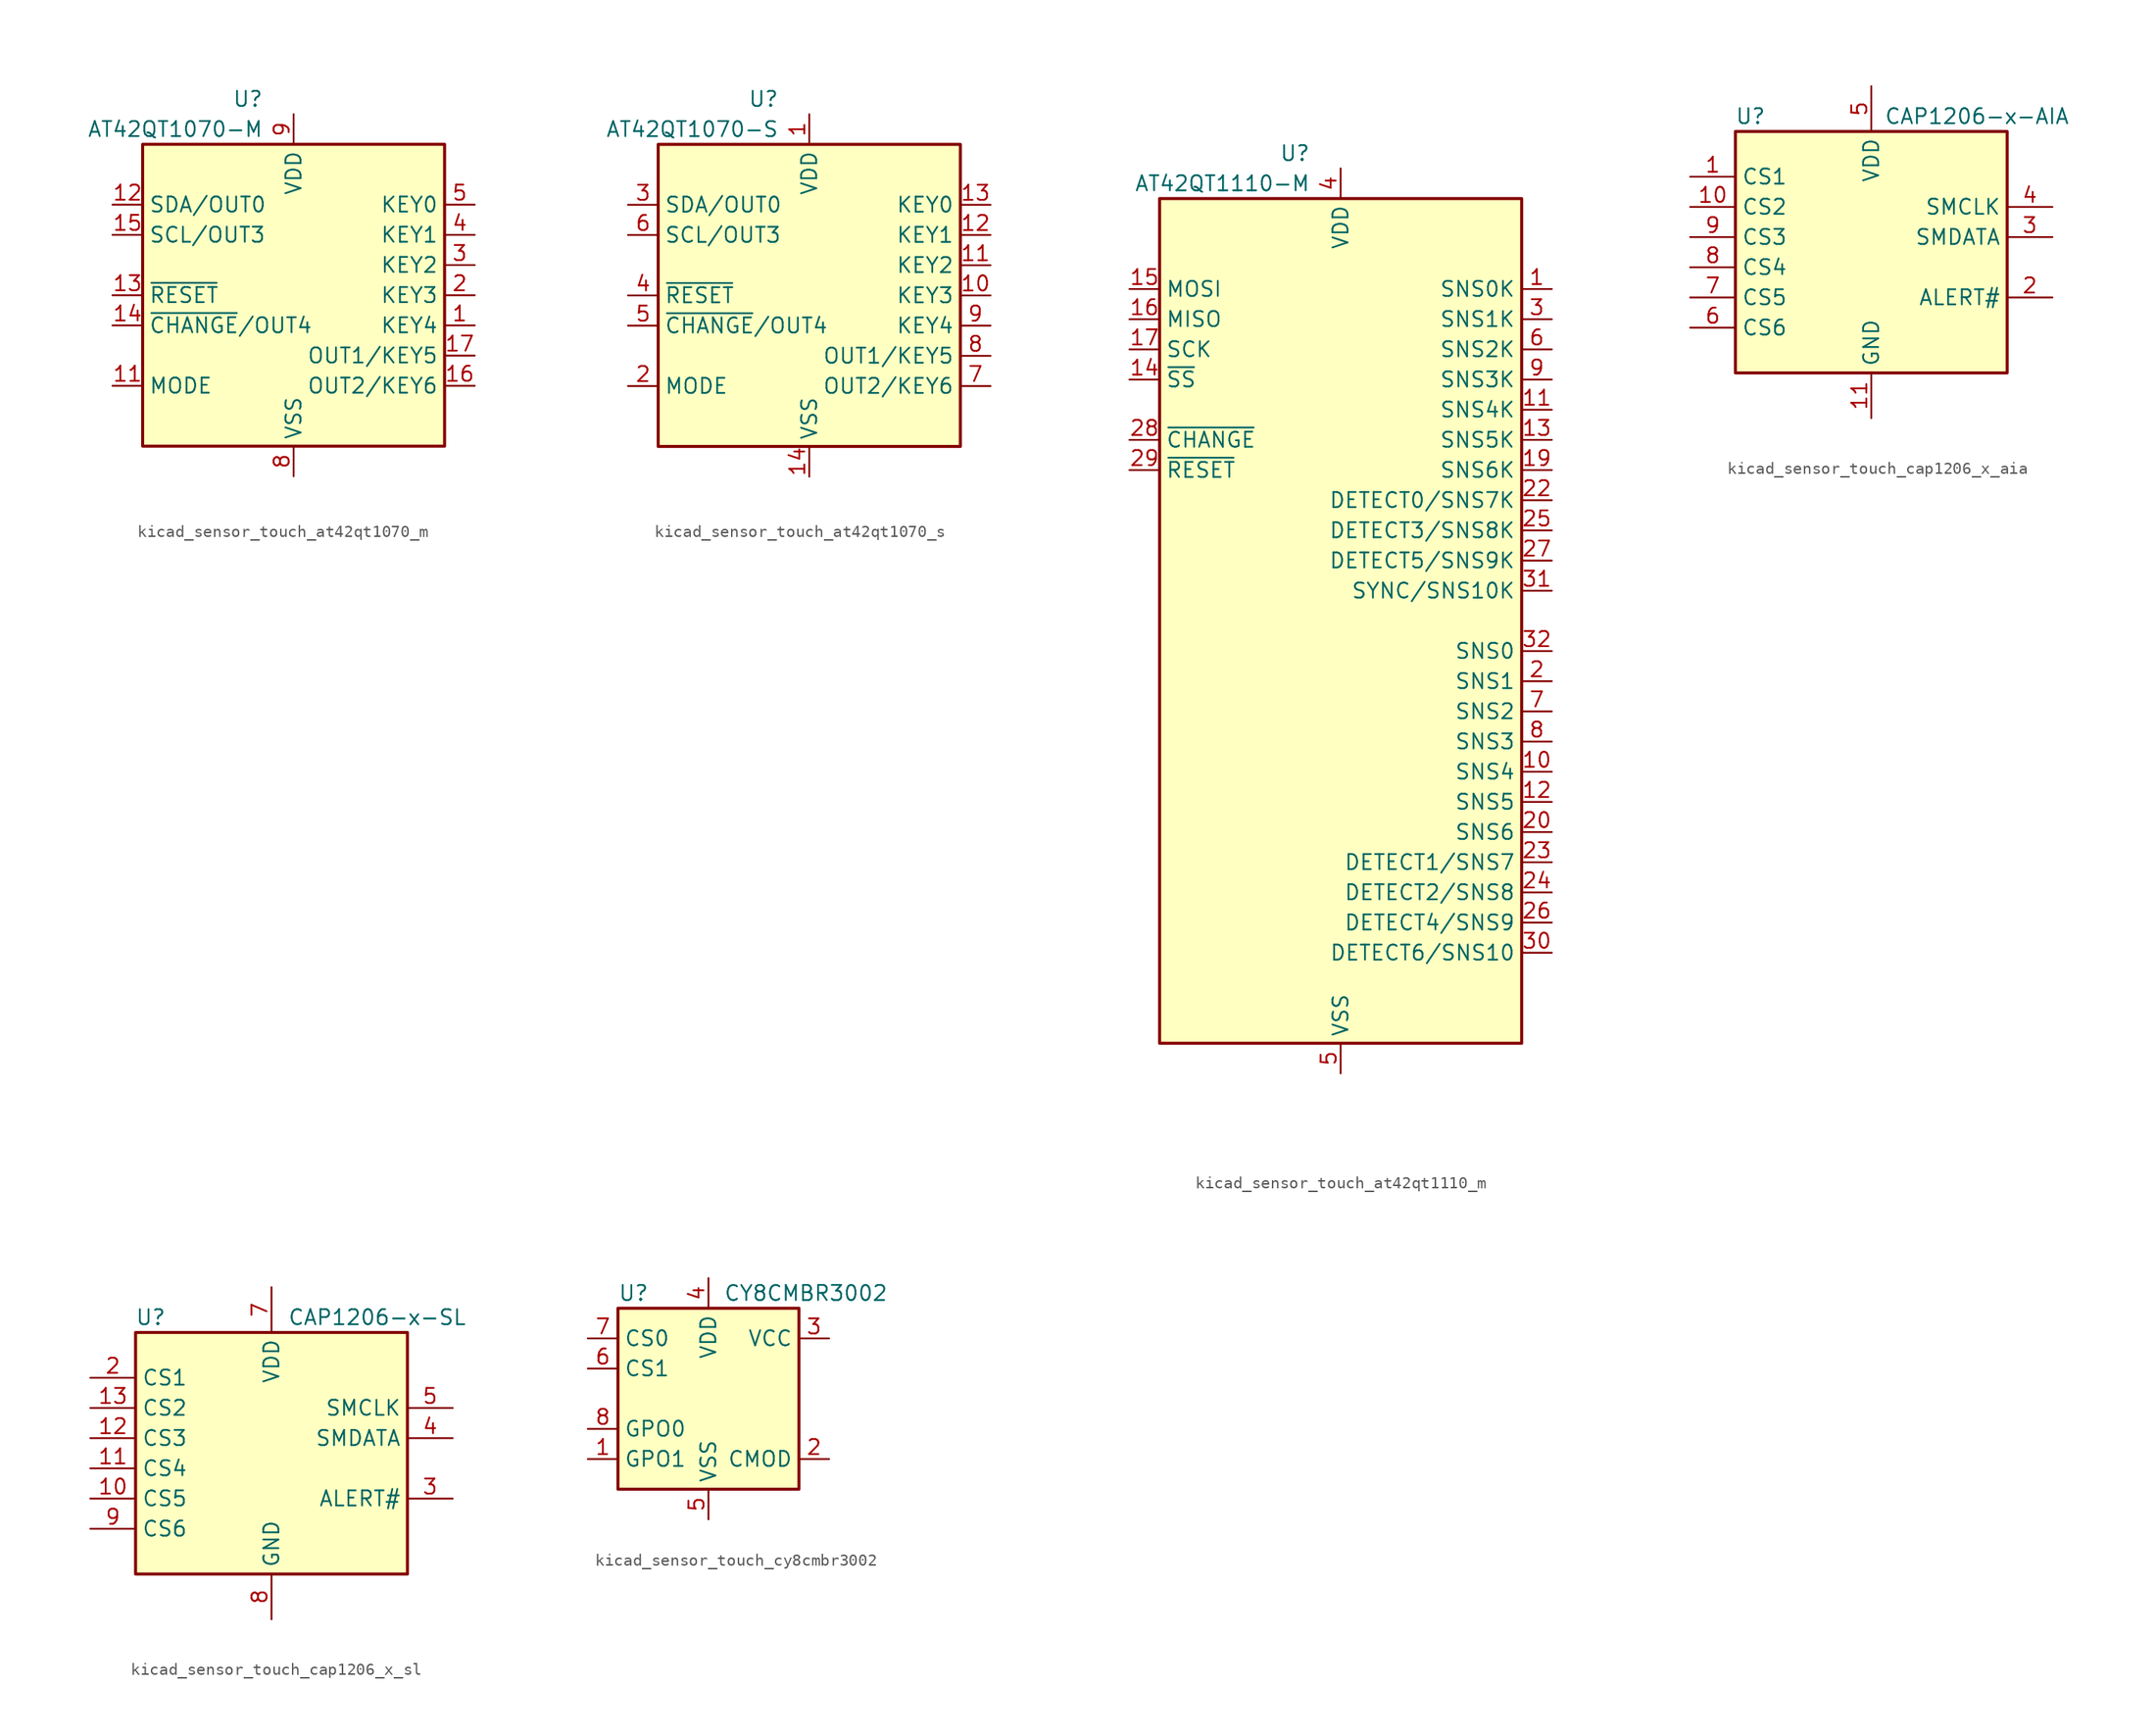
<source format=kicad_sym>
(kicad_symbol_lib
  (version 20220914)
  (generator kicad_symbol_editor)
  (symbol "kicad_sensor_touch_at42qt1070_m"
    (property "Reference" "U"
      (at -2.54 16.51 0)
      (effects (font (size 1.27 1.27)) (justify right)))
    (property "Value" "AT42QT1070-M"
      (at -2.54 13.97 0)
      (effects (font (size 1.27 1.27)) (justify right)))
    (symbol "kicad_sensor_touch_at42qt1070_m_0_1"
      (rectangle (start -12.7 12.7) (end 12.7 -12.7) (stroke (width 0.254) (type default)) (fill (type background))))
    (symbol "kicad_sensor_touch_at42qt1070_m_1_1"
      (pin passive line (at 15.24 -2.54 180) (length 2.54) (name "KEY4" (effects (font (size 1.27 1.27)))) (number "1" (effects (font (size 1.27 1.27)))))
      (pin no_connect line (at -5.08 -12.7 90) (length 2.54) hide (name "NC" (effects (font (size 1.27 1.27)))) (number "10" (effects (font (size 1.27 1.27)))))
      (pin input line (at -15.24 -7.62 0) (length 2.54) (name "MODE" (effects (font (size 1.27 1.27)))) (number "11" (effects (font (size 1.27 1.27)))))
      (pin bidirectional line (at -15.24 7.62 0) (length 2.54) (name "SDA/OUT0" (effects (font (size 1.27 1.27)))) (number "12" (effects (font (size 1.27 1.27)))))
      (pin input line (at -15.24 0 0) (length 2.54) (name "~{RESET}" (effects (font (size 1.27 1.27)))) (number "13" (effects (font (size 1.27 1.27)))))
      (pin open_collector line (at -15.24 -2.54 0) (length 2.54) (name "~{CHANGE}/OUT4" (effects (font (size 1.27 1.27)))) (number "14" (effects (font (size 1.27 1.27)))))
      (pin bidirectional line (at -15.24 5.08 0) (length 2.54) (name "SCL/OUT3" (effects (font (size 1.27 1.27)))) (number "15" (effects (font (size 1.27 1.27)))))
      (pin output line (at 15.24 -7.62 180) (length 2.54) (name "OUT2/KEY6" (effects (font (size 1.27 1.27)))) (number "16" (effects (font (size 1.27 1.27)))))
      (pin output line (at 15.24 -5.08 180) (length 2.54) (name "OUT1/KEY5" (effects (font (size 1.27 1.27)))) (number "17" (effects (font (size 1.27 1.27)))))
      (pin no_connect line (at 5.08 -12.7 90) (length 2.54) hide (name "NC" (effects (font (size 1.27 1.27)))) (number "18" (effects (font (size 1.27 1.27)))))
      (pin no_connect line (at 7.62 -12.7 90) (length 2.54) hide (name "NC" (effects (font (size 1.27 1.27)))) (number "19" (effects (font (size 1.27 1.27)))))
      (pin passive line (at 15.24 0 180) (length 2.54) (name "KEY3" (effects (font (size 1.27 1.27)))) (number "2" (effects (font (size 1.27 1.27)))))
      (pin no_connect line (at 10.16 -12.7 90) (length 2.54) hide (name "NC" (effects (font (size 1.27 1.27)))) (number "20" (effects (font (size 1.27 1.27)))))
      (pin passive line (at 0 -15.24 90) (length 2.54) hide (name "VSS" (effects (font (size 1.27 1.27)))) (number "21" (effects (font (size 1.27 1.27)))))
      (pin passive line (at 15.24 2.54 180) (length 2.54) (name "KEY2" (effects (font (size 1.27 1.27)))) (number "3" (effects (font (size 1.27 1.27)))))
      (pin passive line (at 15.24 5.08 180) (length 2.54) (name "KEY1" (effects (font (size 1.27 1.27)))) (number "4" (effects (font (size 1.27 1.27)))))
      (pin passive line (at 15.24 7.62 180) (length 2.54) (name "KEY0" (effects (font (size 1.27 1.27)))) (number "5" (effects (font (size 1.27 1.27)))))
      (pin no_connect line (at -10.16 -12.7 90) (length 2.54) hide (name "NC" (effects (font (size 1.27 1.27)))) (number "6" (effects (font (size 1.27 1.27)))))
      (pin no_connect line (at -7.62 -12.7 90) (length 2.54) hide (name "NC" (effects (font (size 1.27 1.27)))) (number "7" (effects (font (size 1.27 1.27)))))
      (pin power_in line (at 0 -15.24 90) (length 2.54) (name "VSS" (effects (font (size 1.27 1.27)))) (number "8" (effects (font (size 1.27 1.27)))))
      (pin power_in line (at 0 15.24 270) (length 2.54) (name "VDD" (effects (font (size 1.27 1.27)))) (number "9" (effects (font (size 1.27 1.27)))))))
  (symbol "kicad_sensor_touch_at42qt1070_s"
    (property "Reference" "U"
      (at -2.54 16.51 0)
      (effects (font (size 1.27 1.27)) (justify right)))
    (property "Value" "AT42QT1070-S"
      (at -2.54 13.97 0)
      (effects (font (size 1.27 1.27)) (justify right)))
    (symbol "kicad_sensor_touch_at42qt1070_s_0_1"
      (rectangle (start -12.7 12.7) (end 12.7 -12.7) (stroke (width 0.254) (type default)) (fill (type background))))
    (symbol "kicad_sensor_touch_at42qt1070_s_1_1"
      (pin power_in line (at 0 15.24 270) (length 2.54) (name "VDD" (effects (font (size 1.27 1.27)))) (number "1" (effects (font (size 1.27 1.27)))))
      (pin passive line (at 15.24 0 180) (length 2.54) (name "KEY3" (effects (font (size 1.27 1.27)))) (number "10" (effects (font (size 1.27 1.27)))))
      (pin passive line (at 15.24 2.54 180) (length 2.54) (name "KEY2" (effects (font (size 1.27 1.27)))) (number "11" (effects (font (size 1.27 1.27)))))
      (pin passive line (at 15.24 5.08 180) (length 2.54) (name "KEY1" (effects (font (size 1.27 1.27)))) (number "12" (effects (font (size 1.27 1.27)))))
      (pin passive line (at 15.24 7.62 180) (length 2.54) (name "KEY0" (effects (font (size 1.27 1.27)))) (number "13" (effects (font (size 1.27 1.27)))))
      (pin power_in line (at 0 -15.24 90) (length 2.54) (name "VSS" (effects (font (size 1.27 1.27)))) (number "14" (effects (font (size 1.27 1.27)))))
      (pin input line (at -15.24 -7.62 0) (length 2.54) (name "MODE" (effects (font (size 1.27 1.27)))) (number "2" (effects (font (size 1.27 1.27)))))
      (pin bidirectional line (at -15.24 7.62 0) (length 2.54) (name "SDA/OUT0" (effects (font (size 1.27 1.27)))) (number "3" (effects (font (size 1.27 1.27)))))
      (pin input line (at -15.24 0 0) (length 2.54) (name "~{RESET}" (effects (font (size 1.27 1.27)))) (number "4" (effects (font (size 1.27 1.27)))))
      (pin open_collector line (at -15.24 -2.54 0) (length 2.54) (name "~{CHANGE}/OUT4" (effects (font (size 1.27 1.27)))) (number "5" (effects (font (size 1.27 1.27)))))
      (pin bidirectional line (at -15.24 5.08 0) (length 2.54) (name "SCL/OUT3" (effects (font (size 1.27 1.27)))) (number "6" (effects (font (size 1.27 1.27)))))
      (pin output line (at 15.24 -7.62 180) (length 2.54) (name "OUT2/KEY6" (effects (font (size 1.27 1.27)))) (number "7" (effects (font (size 1.27 1.27)))))
      (pin output line (at 15.24 -5.08 180) (length 2.54) (name "OUT1/KEY5" (effects (font (size 1.27 1.27)))) (number "8" (effects (font (size 1.27 1.27)))))
      (pin passive line (at 15.24 -2.54 180) (length 2.54) (name "KEY4" (effects (font (size 1.27 1.27)))) (number "9" (effects (font (size 1.27 1.27)))))))
  (symbol "kicad_sensor_touch_at42qt1110_m"
    (property "Reference" "U"
      (at -2.54 39.37 0)
      (effects (font (size 1.27 1.27)) (justify right)))
    (property "Value" "AT42QT1110-M"
      (at -2.54 36.83 0)
      (effects (font (size 1.27 1.27)) (justify right)))
    (symbol "kicad_sensor_touch_at42qt1110_m_0_1"
      (rectangle (start -15.24 35.56) (end 15.24 -35.56) (stroke (width 0.254) (type default)) (fill (type background))))
    (symbol "kicad_sensor_touch_at42qt1110_m_1_1"
      (pin passive line (at 17.78 27.94 180) (length 2.54) (name "SNS0K" (effects (font (size 1.27 1.27)))) (number "1" (effects (font (size 1.27 1.27)))))
      (pin passive line (at 17.78 -12.7 180) (length 2.54) (name "SNS4" (effects (font (size 1.27 1.27)))) (number "10" (effects (font (size 1.27 1.27)))))
      (pin passive line (at 17.78 17.78 180) (length 2.54) (name "SNS4K" (effects (font (size 1.27 1.27)))) (number "11" (effects (font (size 1.27 1.27)))))
      (pin passive line (at 17.78 -15.24 180) (length 2.54) (name "SNS5" (effects (font (size 1.27 1.27)))) (number "12" (effects (font (size 1.27 1.27)))))
      (pin passive line (at 17.78 15.24 180) (length 2.54) (name "SNS5K" (effects (font (size 1.27 1.27)))) (number "13" (effects (font (size 1.27 1.27)))))
      (pin input line (at -17.78 20.32 0) (length 2.54) (name "~{SS}" (effects (font (size 1.27 1.27)))) (number "14" (effects (font (size 1.27 1.27)))))
      (pin input line (at -17.78 27.94 0) (length 2.54) (name "MOSI" (effects (font (size 1.27 1.27)))) (number "15" (effects (font (size 1.27 1.27)))))
      (pin output line (at -17.78 25.4 0) (length 2.54) (name "MISO" (effects (font (size 1.27 1.27)))) (number "16" (effects (font (size 1.27 1.27)))))
      (pin input line (at -17.78 22.86 0) (length 2.54) (name "SCK" (effects (font (size 1.27 1.27)))) (number "17" (effects (font (size 1.27 1.27)))))
      (pin passive line (at 0 38.1 270) (length 2.54) hide (name "VDD" (effects (font (size 1.27 1.27)))) (number "18" (effects (font (size 1.27 1.27)))))
      (pin passive line (at 17.78 12.7 180) (length 2.54) (name "SNS6K" (effects (font (size 1.27 1.27)))) (number "19" (effects (font (size 1.27 1.27)))))
      (pin passive line (at 17.78 -5.08 180) (length 2.54) (name "SNS1" (effects (font (size 1.27 1.27)))) (number "2" (effects (font (size 1.27 1.27)))))
      (pin passive line (at 17.78 -17.78 180) (length 2.54) (name "SNS6" (effects (font (size 1.27 1.27)))) (number "20" (effects (font (size 1.27 1.27)))))
      (pin passive line (at 0 -38.1 90) (length 2.54) hide (name "VSS" (effects (font (size 1.27 1.27)))) (number "21" (effects (font (size 1.27 1.27)))))
      (pin bidirectional line (at 17.78 10.16 180) (length 2.54) (name "DETECT0/SNS7K" (effects (font (size 1.27 1.27)))) (number "22" (effects (font (size 1.27 1.27)))))
      (pin bidirectional line (at 17.78 -20.32 180) (length 2.54) (name "DETECT1/SNS7" (effects (font (size 1.27 1.27)))) (number "23" (effects (font (size 1.27 1.27)))))
      (pin bidirectional line (at 17.78 -22.86 180) (length 2.54) (name "DETECT2/SNS8" (effects (font (size 1.27 1.27)))) (number "24" (effects (font (size 1.27 1.27)))))
      (pin bidirectional line (at 17.78 7.62 180) (length 2.54) (name "DETECT3/SNS8K" (effects (font (size 1.27 1.27)))) (number "25" (effects (font (size 1.27 1.27)))))
      (pin bidirectional line (at 17.78 -25.4 180) (length 2.54) (name "DETECT4/SNS9" (effects (font (size 1.27 1.27)))) (number "26" (effects (font (size 1.27 1.27)))))
      (pin bidirectional line (at 17.78 5.08 180) (length 2.54) (name "DETECT5/SNS9K" (effects (font (size 1.27 1.27)))) (number "27" (effects (font (size 1.27 1.27)))))
      (pin open_collector line (at -17.78 15.24 0) (length 2.54) (name "~{CHANGE}" (effects (font (size 1.27 1.27)))) (number "28" (effects (font (size 1.27 1.27)))))
      (pin input line (at -17.78 12.7 0) (length 2.54) (name "~{RESET}" (effects (font (size 1.27 1.27)))) (number "29" (effects (font (size 1.27 1.27)))))
      (pin passive line (at 17.78 25.4 180) (length 2.54) (name "SNS1K" (effects (font (size 1.27 1.27)))) (number "3" (effects (font (size 1.27 1.27)))))
      (pin bidirectional line (at 17.78 -27.94 180) (length 2.54) (name "DETECT6/SNS10" (effects (font (size 1.27 1.27)))) (number "30" (effects (font (size 1.27 1.27)))))
      (pin bidirectional line (at 17.78 2.54 180) (length 2.54) (name "SYNC/SNS10K" (effects (font (size 1.27 1.27)))) (number "31" (effects (font (size 1.27 1.27)))))
      (pin passive line (at 17.78 -2.54 180) (length 2.54) (name "SNS0" (effects (font (size 1.27 1.27)))) (number "32" (effects (font (size 1.27 1.27)))))
      (pin passive line (at 0 -38.1 90) (length 2.54) hide (name "VSS" (effects (font (size 1.27 1.27)))) (number "33" (effects (font (size 1.27 1.27)))))
      (pin power_in line (at 0 38.1 270) (length 2.54) (name "VDD" (effects (font (size 1.27 1.27)))) (number "4" (effects (font (size 1.27 1.27)))))
      (pin power_in line (at 0 -38.1 90) (length 2.54) (name "VSS" (effects (font (size 1.27 1.27)))) (number "5" (effects (font (size 1.27 1.27)))))
      (pin passive line (at 17.78 22.86 180) (length 2.54) (name "SNS2K" (effects (font (size 1.27 1.27)))) (number "6" (effects (font (size 1.27 1.27)))))
      (pin passive line (at 17.78 -7.62 180) (length 2.54) (name "SNS2" (effects (font (size 1.27 1.27)))) (number "7" (effects (font (size 1.27 1.27)))))
      (pin passive line (at 17.78 -10.16 180) (length 2.54) (name "SNS3" (effects (font (size 1.27 1.27)))) (number "8" (effects (font (size 1.27 1.27)))))
      (pin passive line (at 17.78 20.32 180) (length 2.54) (name "SNS3K" (effects (font (size 1.27 1.27)))) (number "9" (effects (font (size 1.27 1.27)))))))
  (symbol "kicad_sensor_touch_cap1206_x_aia"
    (property "Reference" "U"
      (at -10.16 12.7 0)
      (effects (font (size 1.27 1.27))))
    (property "Value" "CAP1206-x-AIA"
      (at 8.89 12.7 0)
      (effects (font (size 1.27 1.27))))
    (symbol "kicad_sensor_touch_cap1206_x_aia_0_1"
      (rectangle (start -11.43 11.43) (end 11.43 -8.89) (stroke (width 0.254) (type default)) (fill (type background))))
    (symbol "kicad_sensor_touch_cap1206_x_aia_1_1"
      (pin passive line (at -15.24 7.62 0) (length 3.81) (name "CS1" (effects (font (size 1.27 1.27)))) (number "1" (effects (font (size 1.27 1.27)))))
      (pin passive line (at -15.24 5.08 0) (length 3.81) (name "CS2" (effects (font (size 1.27 1.27)))) (number "10" (effects (font (size 1.27 1.27)))))
      (pin power_in line (at 0 -12.7 90) (length 3.81) (name "GND" (effects (font (size 1.27 1.27)))) (number "11" (effects (font (size 1.27 1.27)))))
      (pin open_collector line (at 15.24 -2.54 180) (length 3.81) (name "ALERT#" (effects (font (size 1.27 1.27)))) (number "2" (effects (font (size 1.27 1.27)))))
      (pin bidirectional line (at 15.24 2.54 180) (length 3.81) (name "SMDATA" (effects (font (size 1.27 1.27)))) (number "3" (effects (font (size 1.27 1.27)))))
      (pin input line (at 15.24 5.08 180) (length 3.81) (name "SMCLK" (effects (font (size 1.27 1.27)))) (number "4" (effects (font (size 1.27 1.27)))))
      (pin power_in line (at 0 15.24 270) (length 3.81) (name "VDD" (effects (font (size 1.27 1.27)))) (number "5" (effects (font (size 1.27 1.27)))))
      (pin passive line (at -15.24 -5.08 0) (length 3.81) (name "CS6" (effects (font (size 1.27 1.27)))) (number "6" (effects (font (size 1.27 1.27)))))
      (pin passive line (at -15.24 -2.54 0) (length 3.81) (name "CS5" (effects (font (size 1.27 1.27)))) (number "7" (effects (font (size 1.27 1.27)))))
      (pin passive line (at -15.24 0 0) (length 3.81) (name "CS4" (effects (font (size 1.27 1.27)))) (number "8" (effects (font (size 1.27 1.27)))))
      (pin passive line (at -15.24 2.54 0) (length 3.81) (name "CS3" (effects (font (size 1.27 1.27)))) (number "9" (effects (font (size 1.27 1.27)))))))
  (symbol "kicad_sensor_touch_cap1206_x_sl"
    (property "Reference" "U"
      (at -10.16 12.7 0)
      (effects (font (size 1.27 1.27))))
    (property "Value" "CAP1206-x-SL"
      (at 8.89 12.7 0)
      (effects (font (size 1.27 1.27))))
    (symbol "kicad_sensor_touch_cap1206_x_sl_0_1"
      (rectangle (start -11.43 11.43) (end 11.43 -8.89) (stroke (width 0.254) (type default)) (fill (type background))))
    (symbol "kicad_sensor_touch_cap1206_x_sl_1_1"
      (pin passive line (at -15.24 -2.54 0) (length 3.81) (name "CS5" (effects (font (size 1.27 1.27)))) (number "10" (effects (font (size 1.27 1.27)))))
      (pin passive line (at -15.24 0 0) (length 3.81) (name "CS4" (effects (font (size 1.27 1.27)))) (number "11" (effects (font (size 1.27 1.27)))))
      (pin passive line (at -15.24 2.54 0) (length 3.81) (name "CS3" (effects (font (size 1.27 1.27)))) (number "12" (effects (font (size 1.27 1.27)))))
      (pin passive line (at -15.24 5.08 0) (length 3.81) (name "CS2" (effects (font (size 1.27 1.27)))) (number "13" (effects (font (size 1.27 1.27)))))
      (pin passive line (at -15.24 7.62 0) (length 3.81) (name "CS1" (effects (font (size 1.27 1.27)))) (number "2" (effects (font (size 1.27 1.27)))))
      (pin open_collector line (at 15.24 -2.54 180) (length 3.81) (name "ALERT#" (effects (font (size 1.27 1.27)))) (number "3" (effects (font (size 1.27 1.27)))))
      (pin bidirectional line (at 15.24 2.54 180) (length 3.81) (name "SMDATA" (effects (font (size 1.27 1.27)))) (number "4" (effects (font (size 1.27 1.27)))))
      (pin input line (at 15.24 5.08 180) (length 3.81) (name "SMCLK" (effects (font (size 1.27 1.27)))) (number "5" (effects (font (size 1.27 1.27)))))
      (pin power_in line (at 0 15.24 270) (length 3.81) (name "VDD" (effects (font (size 1.27 1.27)))) (number "7" (effects (font (size 1.27 1.27)))))
      (pin power_in line (at 0 -12.7 90) (length 3.81) (name "GND" (effects (font (size 1.27 1.27)))) (number "8" (effects (font (size 1.27 1.27)))))
      (pin passive line (at -15.24 -5.08 0) (length 3.81) (name "CS6" (effects (font (size 1.27 1.27)))) (number "9" (effects (font (size 1.27 1.27)))))))
  (symbol "kicad_sensor_touch_cy8cmbr3002"
    (property "Reference" "U"
      (at -7.62 8.89 0)
      (effects (font (size 1.27 1.27)) (justify left)))
    (property "Value" "CY8CMBR3002"
      (at 1.27 8.89 0)
      (effects (font (size 1.27 1.27)) (justify left)))
    (symbol "kicad_sensor_touch_cy8cmbr3002_0_1"
      (rectangle (start -7.62 7.62) (end 7.62 -7.62) (stroke (width 0.254) (type default)) (fill (type background))))
    (symbol "kicad_sensor_touch_cy8cmbr3002_1_1"
      (pin output line (at -10.16 -5.08 0) (length 2.54) (name "GPO1" (effects (font (size 1.27 1.27)))) (number "1" (effects (font (size 1.27 1.27)))))
      (pin passive line (at 10.16 -5.08 180) (length 2.54) (name "CMOD" (effects (font (size 1.27 1.27)))) (number "2" (effects (font (size 1.27 1.27)))))
      (pin passive line (at 10.16 5.08 180) (length 2.54) (name "VCC" (effects (font (size 1.27 1.27)))) (number "3" (effects (font (size 1.27 1.27)))))
      (pin power_in line (at 0 10.16 270) (length 2.54) (name "VDD" (effects (font (size 1.27 1.27)))) (number "4" (effects (font (size 1.27 1.27)))))
      (pin power_in line (at 0 -10.16 90) (length 2.54) (name "VSS" (effects (font (size 1.27 1.27)))) (number "5" (effects (font (size 1.27 1.27)))))
      (pin passive line (at -10.16 2.54 0) (length 2.54) (name "CS1" (effects (font (size 1.27 1.27)))) (number "6" (effects (font (size 1.27 1.27)))))
      (pin passive line (at -10.16 5.08 0) (length 2.54) (name "CS0" (effects (font (size 1.27 1.27)))) (number "7" (effects (font (size 1.27 1.27)))))
      (pin output line (at -10.16 -2.54 0) (length 2.54) (name "GPO0" (effects (font (size 1.27 1.27)))) (number "8" (effects (font (size 1.27 1.27))))))))
</source>
